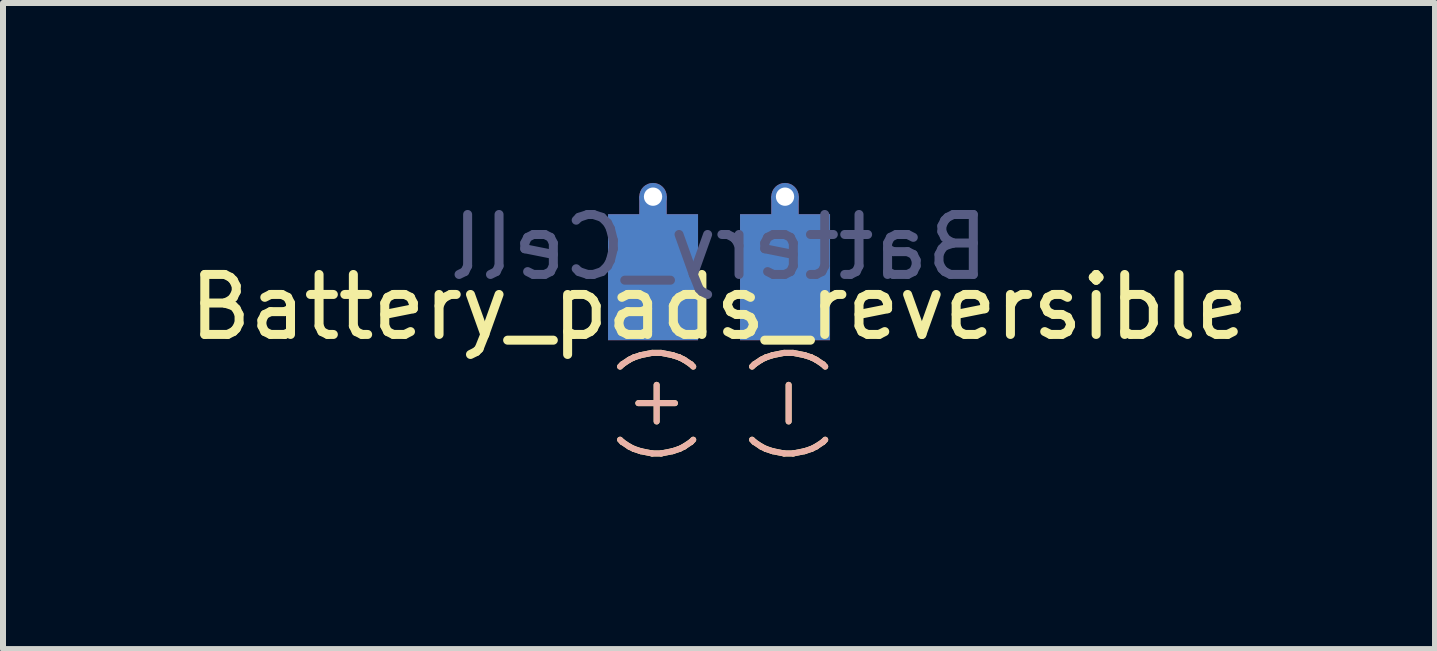
<source format=kicad_pcb>
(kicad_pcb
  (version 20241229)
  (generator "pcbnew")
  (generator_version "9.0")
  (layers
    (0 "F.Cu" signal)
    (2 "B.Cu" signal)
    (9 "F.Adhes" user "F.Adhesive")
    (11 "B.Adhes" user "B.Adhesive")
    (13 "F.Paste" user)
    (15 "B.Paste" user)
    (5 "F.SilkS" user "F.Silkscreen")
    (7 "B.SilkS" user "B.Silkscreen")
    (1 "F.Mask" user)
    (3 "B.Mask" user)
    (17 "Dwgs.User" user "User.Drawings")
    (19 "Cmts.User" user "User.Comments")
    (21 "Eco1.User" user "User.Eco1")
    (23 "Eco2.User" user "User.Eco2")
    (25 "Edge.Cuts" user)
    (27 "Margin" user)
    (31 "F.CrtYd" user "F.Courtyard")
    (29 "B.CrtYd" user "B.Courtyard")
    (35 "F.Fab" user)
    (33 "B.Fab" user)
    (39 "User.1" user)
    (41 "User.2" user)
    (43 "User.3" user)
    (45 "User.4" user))
  (footprint "Battery_pads_reversible"
    (layer "F.Cu")
    (at 8.935 1.57)
    (property "Reference" "Battery_pads_reversible" (at 0 0.5 180) (layer "F.SilkS") (effects (font (size 1 1) (thickness 0.15))))
    (fp_poly (pts (xy -0.401 -1) (xy -0.401 1) (xy -1.801 1) (xy -1.801 -1)) (stroke (width 0.1) (type solid)) (fill yes) (layer "F.Mask"))
    (fp_poly (pts (xy 1.8 -1) (xy 1.8 1) (xy 0.4 1) (xy 0.4 -1)) (stroke (width 0.1) (type solid)) (fill yes) (layer "F.Mask"))
    (fp_poly (pts (xy -1.8 -1) (xy -1.8 1) (xy -0.4 1) (xy -0.4 -1)) (stroke (width 0.1) (type solid)) (fill yes) (layer "B.Mask"))
    (fp_poly (pts (xy 0.4 -1) (xy 0.4 1) (xy 1.8 1) (xy 1.8 -1)) (stroke (width 0.1) (type solid)) (fill yes) (layer "B.Mask"))
    (fp_text user "(+)" (at -1.1 2.1 90) (layer "F.SilkS") (effects (font (size 0.8 0.8) (thickness 0.1))))
    (fp_text user "(-)" (at 1.1 2.1 90) (layer "F.SilkS") (effects (font (size 0.8 0.8) (thickness 0.1))))
    (fp_text user "(-)" (at 1.1 2.1 90) (layer "B.SilkS") (effects (font (size 0.8 0.8) (thickness 0.1)) (justify mirror)))
    (fp_text user "(+)" (at -1.1 2.1 90) (layer "B.SilkS") (effects (font (size 0.8 0.8) (thickness 0.1)) (justify mirror)))
    (fp_text user "Battery_Cell" (at 0 -0.5 180) (layer "B.Fab") (effects (font (size 1 1) (thickness 0.15)) (justify mirror)))
    (pad "1" thru_hole circle (at -1.1 -1.342) (size 0.457 0.457) (drill 0.305) (layers "*.Cu"))
    (pad "1" smd custom (at -1.1 0 180) (size 1.5 2.1) (layers "F.Cu") (options (anchor rect)) (primitives (gr_poly (pts (xy 0.179 1.335) (xy -0.177 1.335) (xy -0.177 0.762) (xy 0.179 0.762)) (width 0.1) (fill yes))))
    (pad "1" smd custom (at -1.1 0) (size 1.5 2.1) (layers "B.Cu") (options (anchor rect)) (primitives (gr_poly (pts (xy 0.177 -0.762) (xy -0.179 -0.762) (xy -0.179 -1.335) (xy 0.177 -1.335)) (width 0.1) (fill yes))))
    (pad "2" thru_hole circle (at 1.1 -1.342) (size 0.457 0.457) (drill 0.305) (layers "*.Cu"))
    (pad "2" smd custom (at 1.1 0 180) (size 1.5 2.1) (layers "F.Cu") (options (anchor rect)) (primitives (gr_poly (pts (xy 0.179 1.335) (xy -0.177 1.335) (xy -0.177 0.762) (xy 0.179 0.762)) (width 0.1) (fill yes))))
    (pad "2" smd custom (at 1.1 0) (size 1.5 2.1) (layers "B.Cu") (options (anchor rect)) (primitives (gr_poly (pts (xy 0.177 -0.762) (xy -0.179 -0.762) (xy -0.179 -1.335) (xy 0.177 -1.335)) (width 0.1) (fill yes)))))
  (gr_rect
    (start -3 -3)
    (end 20.869 7.769)
    (stroke (width 0.1) (type default))
    (fill no)
    (layer "Edge.Cuts")))
</source>
